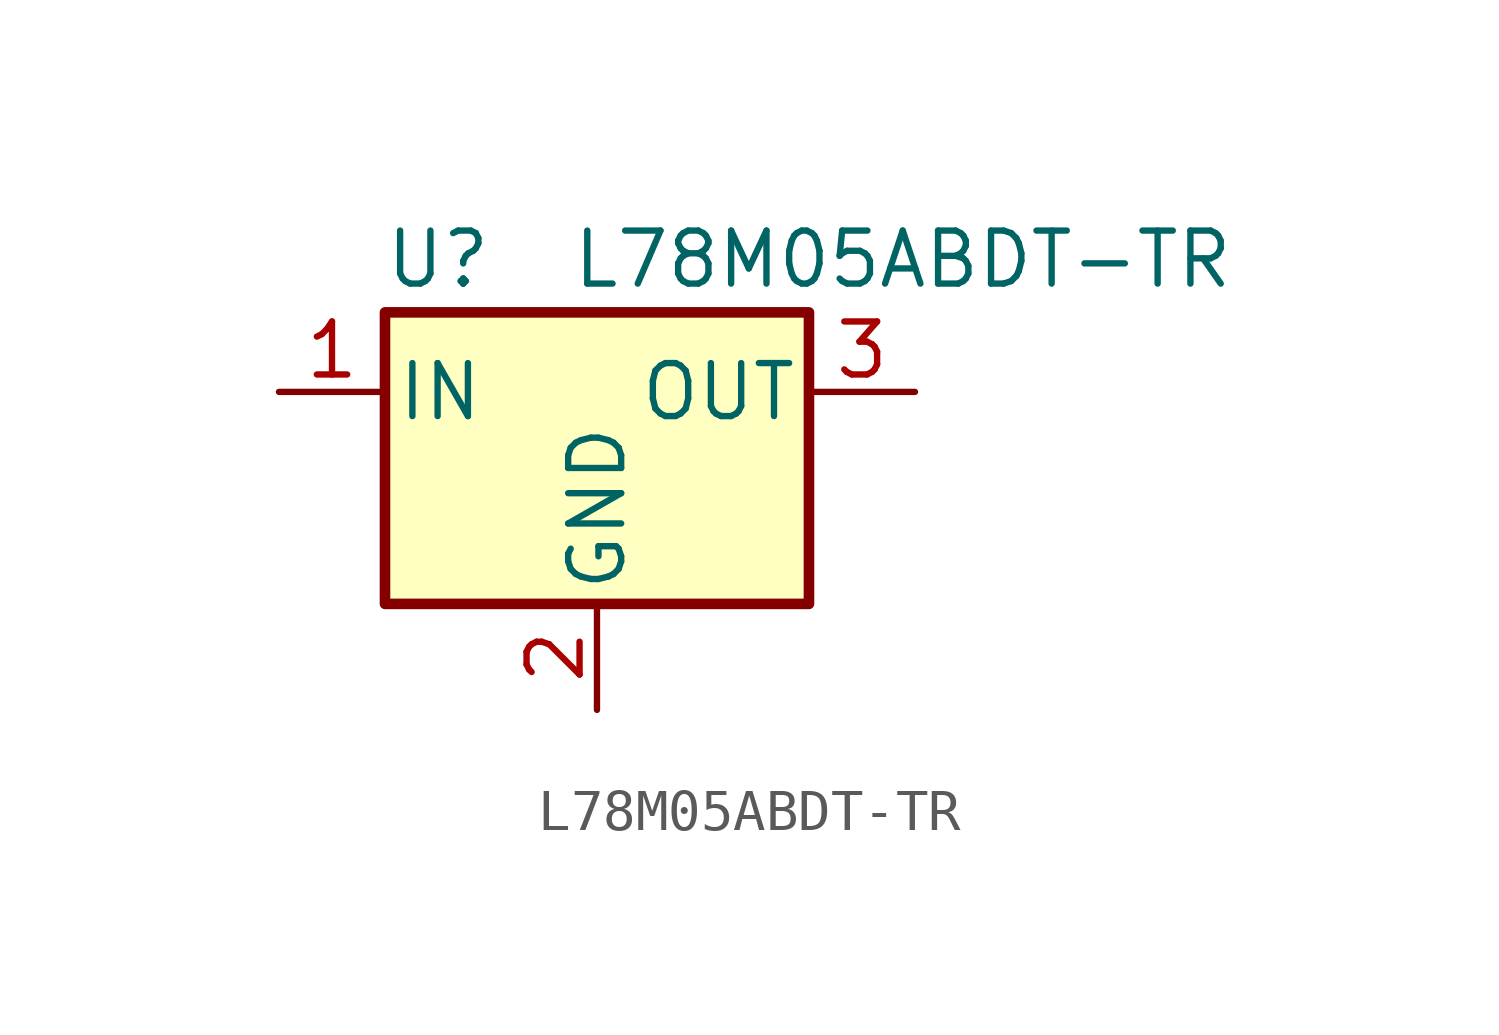
<source format=kicad_sym>
(kicad_symbol_lib
  (version 20231120)
  (generator "kicad_symbol_editor")
  (generator_version "8.0")
  (symbol "L78M05ABDT-TR"
    (pin_names
      (offset 0.254))
    (property "Reference" "U"
      (at -3.81 3.175 0)
      (effects (font (size 1.27 1.27))))
    (property "Value" "L78M05ABDT-TR"
      (at -0.635 3.175 0)
      (effects (font (size 1.27 1.27)) (justify left)))
    (symbol "L78M05ABDT-TR_0_1"
      (rectangle (start -5.08 1.905) (end 5.08 -5.08) (stroke (width 0.254) (type default)) (fill (type background))))
    (symbol "L78M05ABDT-TR_1_1"
      (pin power_in line (at -7.62 0 0) (length 2.54) (name "IN" (effects (font (size 1.27 1.27)))) (number "1" (effects (font (size 1.27 1.27)))))
      (pin power_in line (at 0 -7.62 90) (length 2.54) (name "GND" (effects (font (size 1.27 1.27)))) (number "2" (effects (font (size 1.27 1.27)))))
      (pin power_out line (at 7.62 0 180) (length 2.54) (name "OUT" (effects (font (size 1.27 1.27)))) (number "3" (effects (font (size 1.27 1.27))))))))
</source>
